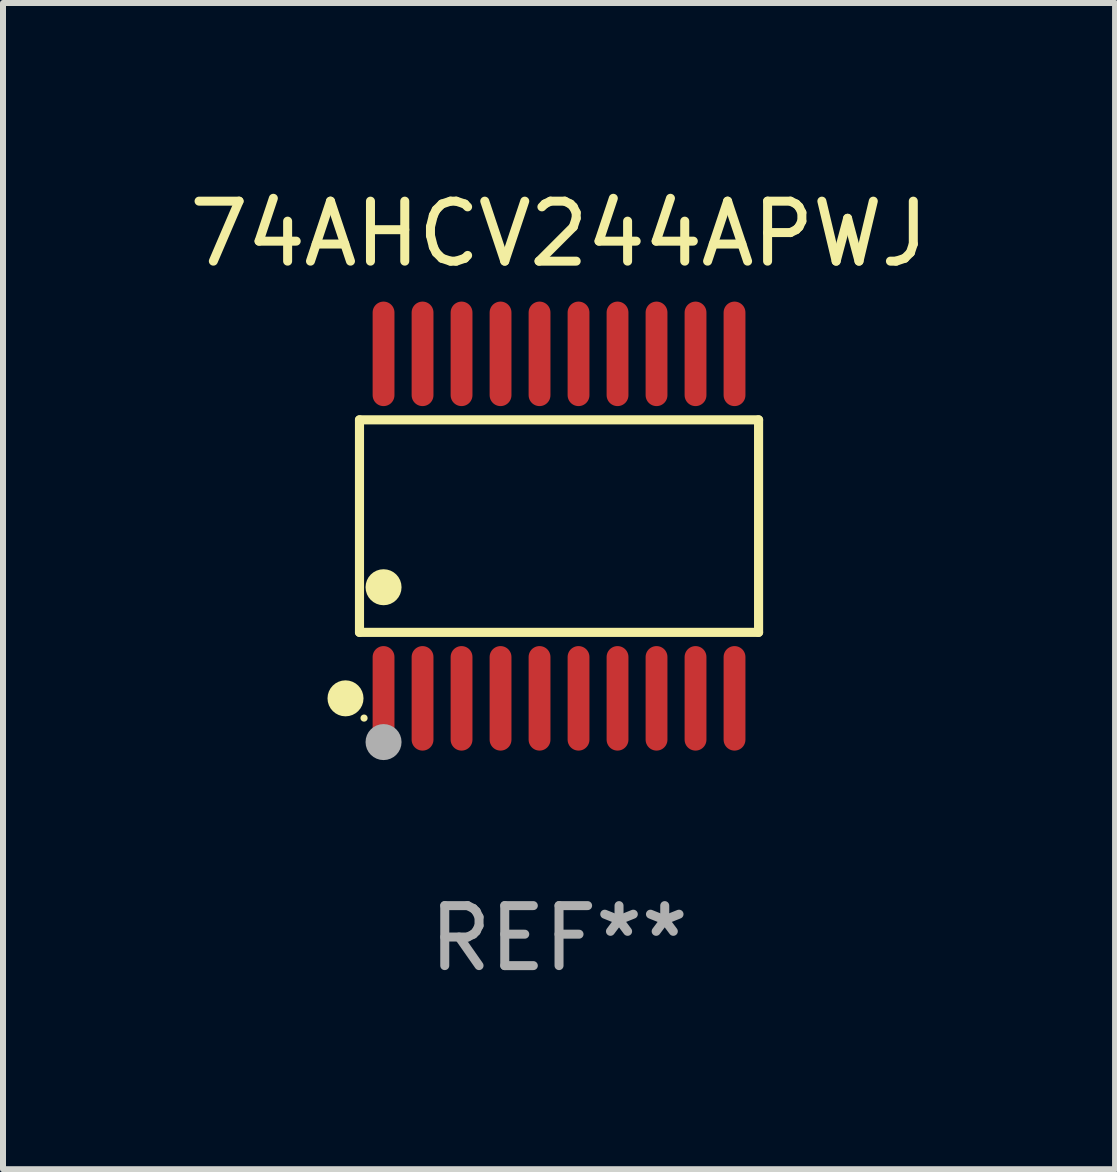
<source format=kicad_pcb>
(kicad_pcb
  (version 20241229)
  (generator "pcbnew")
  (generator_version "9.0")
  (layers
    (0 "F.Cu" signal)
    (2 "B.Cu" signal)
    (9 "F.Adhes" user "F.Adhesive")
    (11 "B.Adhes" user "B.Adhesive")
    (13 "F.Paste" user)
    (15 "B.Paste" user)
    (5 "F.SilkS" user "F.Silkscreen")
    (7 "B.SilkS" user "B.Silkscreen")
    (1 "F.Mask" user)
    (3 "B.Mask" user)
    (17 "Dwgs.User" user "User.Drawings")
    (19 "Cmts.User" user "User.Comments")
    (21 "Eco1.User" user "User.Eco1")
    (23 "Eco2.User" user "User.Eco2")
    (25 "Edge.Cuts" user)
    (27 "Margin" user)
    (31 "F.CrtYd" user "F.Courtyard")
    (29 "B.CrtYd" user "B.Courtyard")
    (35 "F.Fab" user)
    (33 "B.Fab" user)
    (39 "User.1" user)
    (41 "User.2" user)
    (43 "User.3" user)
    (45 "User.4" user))
  (footprint "74AHCV244APWJ"
    (layer "F.Cu")
    (at 6.268 5.719)
    (property "Reference" "74AHCV244APWJ" (at 0 -4.871 0) (layer "F.SilkS") (effects (font (size 1 1) (thickness 0.15))))
    (attr through_hole)
    (fp_line (start -3.326 -1.771) (end 3.326 -1.771) (stroke (width 0.152) (type solid)) (layer "F.SilkS"))
    (fp_line (start -3.326 1.771) (end -3.326 -1.771) (stroke (width 0.152) (type solid)) (layer "F.SilkS"))
    (fp_line (start 3.326 -1.771) (end 3.326 1.771) (stroke (width 0.152) (type solid)) (layer "F.SilkS"))
    (fp_line (start 3.326 1.771) (end -3.326 1.771) (stroke (width 0.152) (type solid)) (layer "F.SilkS"))
    (fp_circle (center -3.559 2.871) (end -3.409 2.871) (stroke (width 0.3) (type solid)) (fill no) (layer "F.SilkS"))
    (fp_circle (center -3.25 3.2) (end -3.22 3.2) (stroke (width 0.06) (type solid)) (fill no) (layer "F.SilkS"))
    (fp_circle (center -2.925 1.019) (end -2.775 1.019) (stroke (width 0.3) (type solid)) (fill no) (layer "F.SilkS"))
    (fp_circle (center -2.925 3.6) (end -2.775 3.6) (stroke (width 0.3) (type solid)) (fill no) (layer "F.Fab"))
    (fp_text user "REF**" (at 0 6.871 0) (layer "F.Fab") (effects (font (size 1 1) (thickness 0.15))))
    (pad "1" smd oval (at -2.925 2.871) (size 0.364 1.742) (layers "F.Cu" "F.Mask" "F.Paste"))
    (pad "2" smd oval (at -2.275 2.871) (size 0.364 1.742) (layers "F.Cu" "F.Mask" "F.Paste"))
    (pad "3" smd oval (at -1.625 2.871) (size 0.364 1.742) (layers "F.Cu" "F.Mask" "F.Paste"))
    (pad "4" smd oval (at -0.975 2.871) (size 0.364 1.742) (layers "F.Cu" "F.Mask" "F.Paste"))
    (pad "5" smd oval (at -0.325 2.871) (size 0.364 1.742) (layers "F.Cu" "F.Mask" "F.Paste"))
    (pad "6" smd oval (at 0.325 2.871) (size 0.364 1.742) (layers "F.Cu" "F.Mask" "F.Paste"))
    (pad "7" smd oval (at 0.975 2.871) (size 0.364 1.742) (layers "F.Cu" "F.Mask" "F.Paste"))
    (pad "8" smd oval (at 1.625 2.871) (size 0.364 1.742) (layers "F.Cu" "F.Mask" "F.Paste"))
    (pad "9" smd oval (at 2.275 2.871) (size 0.364 1.742) (layers "F.Cu" "F.Mask" "F.Paste"))
    (pad "10" smd oval (at 2.925 2.871) (size 0.364 1.742) (layers "F.Cu" "F.Mask" "F.Paste"))
    (pad "11" smd oval (at 2.925 -2.871) (size 0.364 1.742) (layers "F.Cu" "F.Mask" "F.Paste"))
    (pad "12" smd oval (at 2.275 -2.871) (size 0.364 1.742) (layers "F.Cu" "F.Mask" "F.Paste"))
    (pad "13" smd oval (at 1.625 -2.871) (size 0.364 1.742) (layers "F.Cu" "F.Mask" "F.Paste"))
    (pad "14" smd oval (at 0.975 -2.871) (size 0.364 1.742) (layers "F.Cu" "F.Mask" "F.Paste"))
    (pad "15" smd oval (at 0.325 -2.871) (size 0.364 1.742) (layers "F.Cu" "F.Mask" "F.Paste"))
    (pad "16" smd oval (at -0.325 -2.871) (size 0.364 1.742) (layers "F.Cu" "F.Mask" "F.Paste"))
    (pad "17" smd oval (at -0.975 -2.871) (size 0.364 1.742) (layers "F.Cu" "F.Mask" "F.Paste"))
    (pad "18" smd oval (at -1.625 -2.871) (size 0.364 1.742) (layers "F.Cu" "F.Mask" "F.Paste"))
    (pad "19" smd oval (at -2.275 -2.871) (size 0.364 1.742) (layers "F.Cu" "F.Mask" "F.Paste"))
    (pad "20" smd oval (at -2.925 -2.871) (size 0.364 1.742) (layers "F.Cu" "F.Mask" "F.Paste")))
  (gr_rect
    (start -3 -3)
    (end 15.536 16.438)
    (stroke (width 0.1) (type default))
    (fill no)
    (layer "Edge.Cuts")))
</source>
